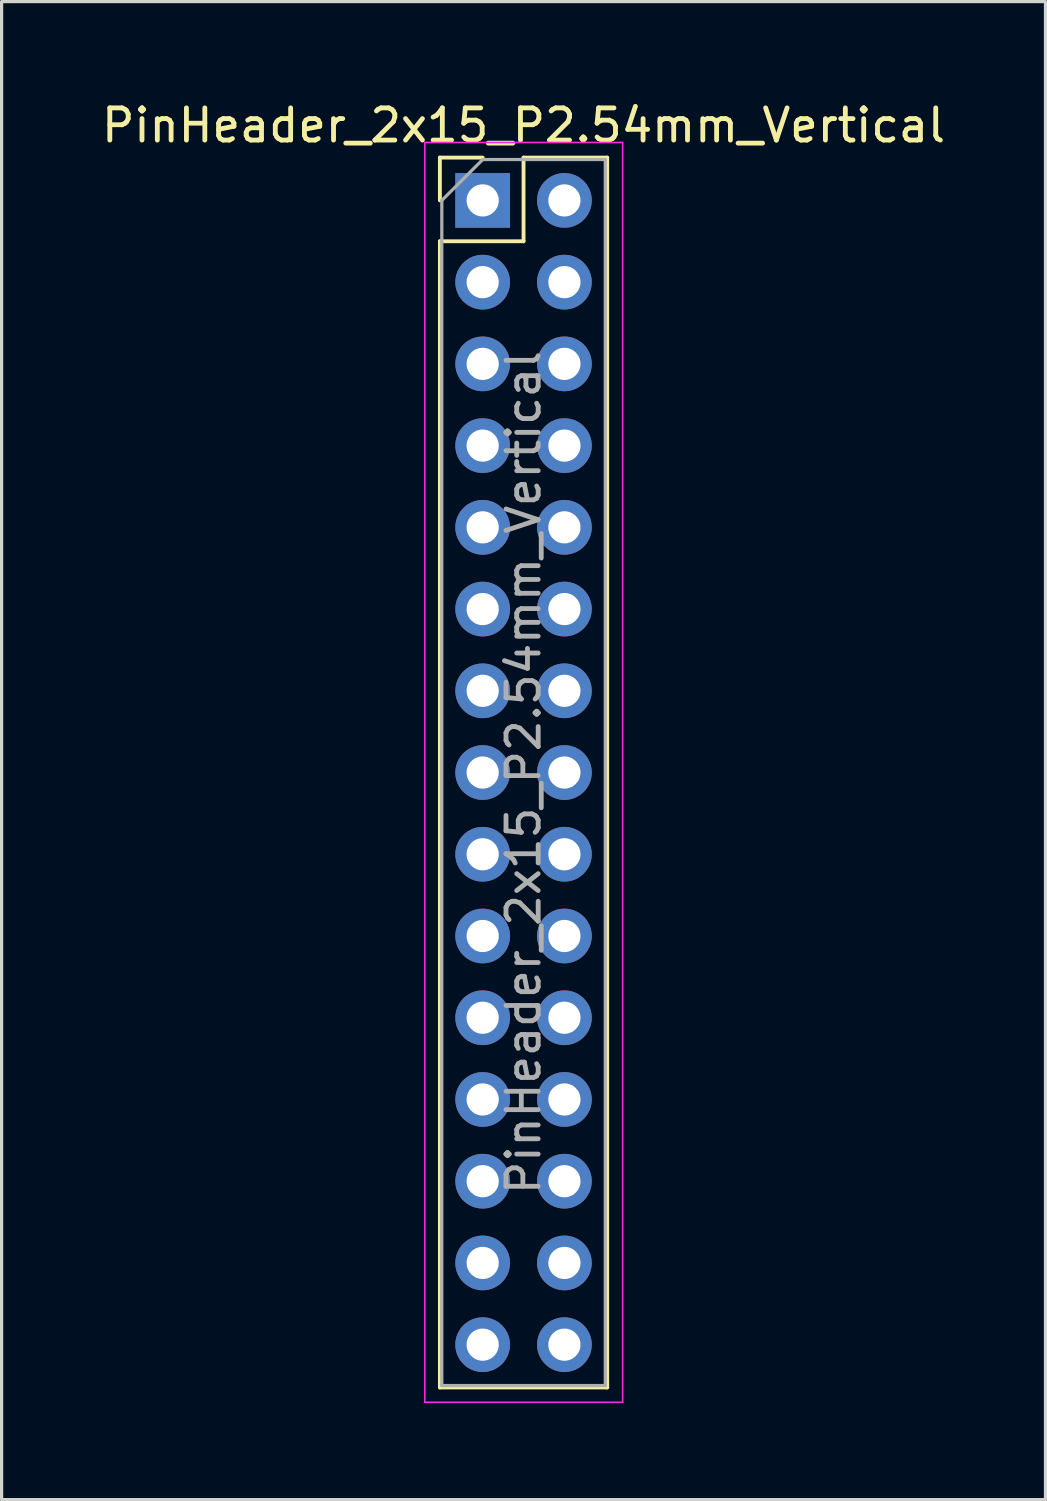
<source format=kicad_pcb>
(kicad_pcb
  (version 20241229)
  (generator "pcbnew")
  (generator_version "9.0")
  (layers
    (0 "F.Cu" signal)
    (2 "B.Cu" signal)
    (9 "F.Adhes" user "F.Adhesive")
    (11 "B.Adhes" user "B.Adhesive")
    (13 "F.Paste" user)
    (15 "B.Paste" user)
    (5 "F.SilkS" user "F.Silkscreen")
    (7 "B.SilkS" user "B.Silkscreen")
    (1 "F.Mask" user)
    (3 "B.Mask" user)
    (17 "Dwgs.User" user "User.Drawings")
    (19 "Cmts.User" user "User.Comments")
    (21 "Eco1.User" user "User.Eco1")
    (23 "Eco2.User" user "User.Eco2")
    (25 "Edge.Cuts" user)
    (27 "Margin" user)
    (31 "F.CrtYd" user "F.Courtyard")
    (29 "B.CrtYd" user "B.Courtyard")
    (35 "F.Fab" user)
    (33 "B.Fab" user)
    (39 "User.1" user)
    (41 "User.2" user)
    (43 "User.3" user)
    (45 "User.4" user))
  (footprint "PinHeader_2x15_P2.54mm_Vertical"
    (layer "F.Cu")
    (at 11.95 3.178)
    (property "Reference" "PinHeader_2x15_P2.54mm_Vertical" (at 1.27 -2.33 0) (layer "F.SilkS") (effects (font (size 1 1) (thickness 0.15))))
    (attr through_hole)
    (fp_line (start -1.33 -1.33) (end 0 -1.33) (stroke (width 0.12) (type solid)) (layer "F.SilkS"))
    (fp_line (start -1.33 0) (end -1.33 -1.33) (stroke (width 0.12) (type solid)) (layer "F.SilkS"))
    (fp_line (start -1.33 1.27) (end -1.33 36.89) (stroke (width 0.12) (type solid)) (layer "F.SilkS"))
    (fp_line (start -1.33 1.27) (end 1.27 1.27) (stroke (width 0.12) (type solid)) (layer "F.SilkS"))
    (fp_line (start -1.33 36.89) (end 3.87 36.89) (stroke (width 0.12) (type solid)) (layer "F.SilkS"))
    (fp_line (start 1.27 -1.33) (end 3.87 -1.33) (stroke (width 0.12) (type solid)) (layer "F.SilkS"))
    (fp_line (start 1.27 1.27) (end 1.27 -1.33) (stroke (width 0.12) (type solid)) (layer "F.SilkS"))
    (fp_line (start 3.87 -1.33) (end 3.87 36.89) (stroke (width 0.12) (type solid)) (layer "F.SilkS"))
    (fp_line (start -1.8 -1.8) (end -1.8 37.35) (stroke (width 0.05) (type solid)) (layer "F.CrtYd"))
    (fp_line (start -1.8 37.35) (end 4.35 37.35) (stroke (width 0.05) (type solid)) (layer "F.CrtYd"))
    (fp_line (start 4.35 -1.8) (end -1.8 -1.8) (stroke (width 0.05) (type solid)) (layer "F.CrtYd"))
    (fp_line (start 4.35 37.35) (end 4.35 -1.8) (stroke (width 0.05) (type solid)) (layer "F.CrtYd"))
    (fp_line (start -1.27 0) (end 0 -1.27) (stroke (width 0.1) (type solid)) (layer "F.Fab"))
    (fp_line (start -1.27 36.83) (end -1.27 0) (stroke (width 0.1) (type solid)) (layer "F.Fab"))
    (fp_line (start 0 -1.27) (end 3.81 -1.27) (stroke (width 0.1) (type solid)) (layer "F.Fab"))
    (fp_line (start 3.81 -1.27) (end 3.81 36.83) (stroke (width 0.1) (type solid)) (layer "F.Fab"))
    (fp_line (start 3.81 36.83) (end -1.27 36.83) (stroke (width 0.1) (type solid)) (layer "F.Fab"))
    (fp_text user "${REFERENCE}" (at 1.27 17.78 90) (layer "F.Fab") (effects (font (size 1 1) (thickness 0.15))))
    (pad "1" thru_hole rect (at 0 0) (size 1.7 1.7) (drill 1) (layers "*.Cu" "*.Mask"))
    (pad "2" thru_hole oval (at 2.54 0) (size 1.7 1.7) (drill 1) (layers "*.Cu" "*.Mask"))
    (pad "3" thru_hole oval (at 0 2.54) (size 1.7 1.7) (drill 1) (layers "*.Cu" "*.Mask"))
    (pad "4" thru_hole oval (at 2.54 2.54) (size 1.7 1.7) (drill 1) (layers "*.Cu" "*.Mask"))
    (pad "5" thru_hole oval (at 0 5.08) (size 1.7 1.7) (drill 1) (layers "*.Cu" "*.Mask"))
    (pad "6" thru_hole oval (at 2.54 5.08) (size 1.7 1.7) (drill 1) (layers "*.Cu" "*.Mask"))
    (pad "7" thru_hole oval (at 0 7.62) (size 1.7 1.7) (drill 1) (layers "*.Cu" "*.Mask"))
    (pad "8" thru_hole oval (at 2.54 7.62) (size 1.7 1.7) (drill 1) (layers "*.Cu" "*.Mask"))
    (pad "9" thru_hole oval (at 0 10.16) (size 1.7 1.7) (drill 1) (layers "*.Cu" "*.Mask"))
    (pad "10" thru_hole oval (at 2.54 10.16) (size 1.7 1.7) (drill 1) (layers "*.Cu" "*.Mask"))
    (pad "11" thru_hole oval (at 0 12.7) (size 1.7 1.7) (drill 1) (layers "*.Cu" "*.Mask"))
    (pad "12" thru_hole oval (at 2.54 12.7) (size 1.7 1.7) (drill 1) (layers "*.Cu" "*.Mask"))
    (pad "13" thru_hole oval (at 0 15.24) (size 1.7 1.7) (drill 1) (layers "*.Cu" "*.Mask"))
    (pad "14" thru_hole oval (at 2.54 15.24) (size 1.7 1.7) (drill 1) (layers "*.Cu" "*.Mask"))
    (pad "15" thru_hole oval (at 0 17.78) (size 1.7 1.7) (drill 1) (layers "*.Cu" "*.Mask"))
    (pad "16" thru_hole oval (at 2.54 17.78) (size 1.7 1.7) (drill 1) (layers "*.Cu" "*.Mask"))
    (pad "17" thru_hole oval (at 0 20.32) (size 1.7 1.7) (drill 1) (layers "*.Cu" "*.Mask"))
    (pad "18" thru_hole oval (at 2.54 20.32) (size 1.7 1.7) (drill 1) (layers "*.Cu" "*.Mask"))
    (pad "19" thru_hole oval (at 0 22.86) (size 1.7 1.7) (drill 1) (layers "*.Cu" "*.Mask"))
    (pad "20" thru_hole oval (at 2.54 22.86) (size 1.7 1.7) (drill 1) (layers "*.Cu" "*.Mask"))
    (pad "21" thru_hole oval (at 0 25.4) (size 1.7 1.7) (drill 1) (layers "*.Cu" "*.Mask"))
    (pad "22" thru_hole oval (at 2.54 25.4) (size 1.7 1.7) (drill 1) (layers "*.Cu" "*.Mask"))
    (pad "23" thru_hole oval (at 0 27.94) (size 1.7 1.7) (drill 1) (layers "*.Cu" "*.Mask"))
    (pad "24" thru_hole oval (at 2.54 27.94) (size 1.7 1.7) (drill 1) (layers "*.Cu" "*.Mask"))
    (pad "25" thru_hole oval (at 0 30.48) (size 1.7 1.7) (drill 1) (layers "*.Cu" "*.Mask"))
    (pad "26" thru_hole oval (at 2.54 30.48) (size 1.7 1.7) (drill 1) (layers "*.Cu" "*.Mask"))
    (pad "27" thru_hole oval (at 0 33.02) (size 1.7 1.7) (drill 1) (layers "*.Cu" "*.Mask"))
    (pad "28" thru_hole oval (at 2.54 33.02) (size 1.7 1.7) (drill 1) (layers "*.Cu" "*.Mask"))
    (pad "29" thru_hole oval (at 0 35.56) (size 1.7 1.7) (drill 1) (layers "*.Cu" "*.Mask"))
    (pad "30" thru_hole oval (at 2.54 35.56) (size 1.7 1.7) (drill 1) (layers "*.Cu" "*.Mask")))
  (gr_rect
    (start -3 -3)
    (end 29.44 43.553)
    (stroke (width 0.1) (type default))
    (fill no)
    (layer "Edge.Cuts")))
</source>
